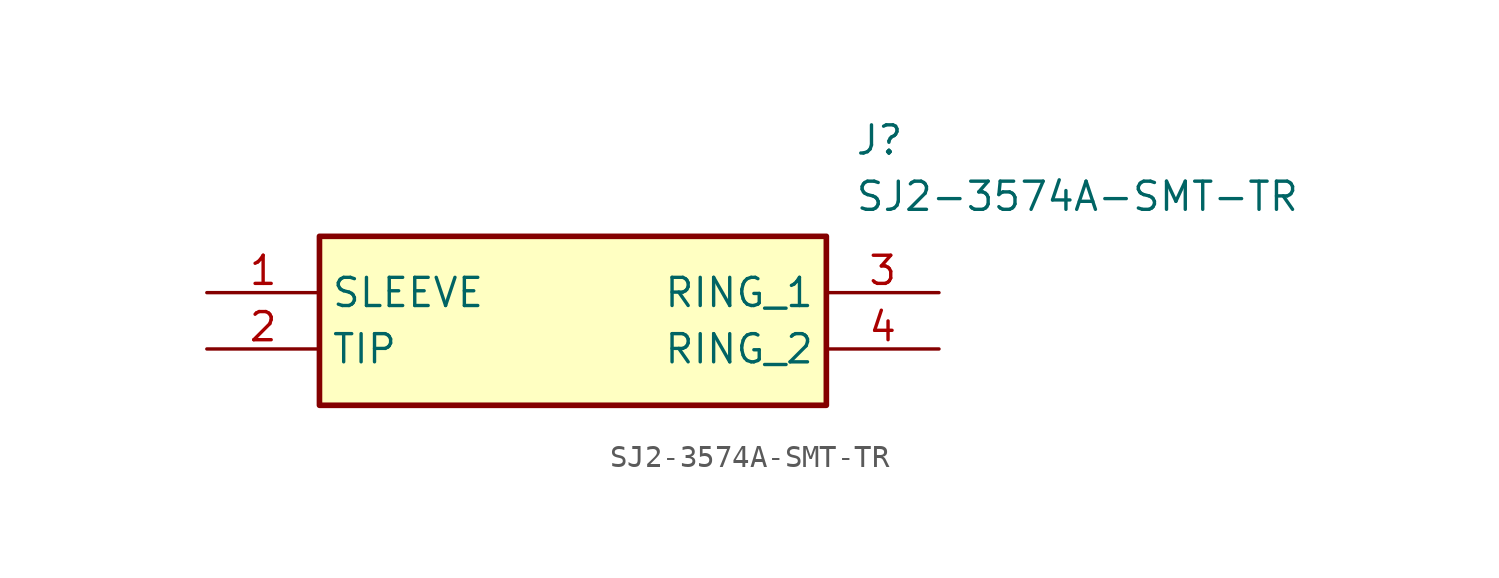
<source format=kicad_sym>
(kicad_symbol_lib
  (version 20211014)
  (generator SamacSys_ECAD_Model)
  (symbol "SJ2-3574A-SMT-TR"
    (property "Reference" "J"
      (at 29.21 7.62 0)
      (effects (font (size 1.27 1.27)) (justify left top)))
    (property "Value" "SJ2-3574A-SMT-TR"
      (at 29.21 5.08 0)
      (effects (font (size 1.27 1.27)) (justify left top)))
    (rectangle
      (start 5.08 2.54)
      (end 27.94 -5.08)
      (stroke (width 0.254) (type default))
      (fill (type background)))
    (pin passive line
      (at 0 0 0)
      (length 5.08)
      (name "SLEEVE" (effects (font (size 1.27 1.27))))
      (number "1" (effects (font (size 1.27 1.27)))))
    (pin passive line
      (at 0 -2.54 0)
      (length 5.08)
      (name "TIP" (effects (font (size 1.27 1.27))))
      (number "2" (effects (font (size 1.27 1.27)))))
    (pin passive line
      (at 33.02 0 180)
      (length 5.08)
      (name "RING_1" (effects (font (size 1.27 1.27))))
      (number "3" (effects (font (size 1.27 1.27)))))
    (pin passive line
      (at 33.02 -2.54 180)
      (length 5.08)
      (name "RING_2" (effects (font (size 1.27 1.27))))
      (number "4" (effects (font (size 1.27 1.27)))))))
</source>
